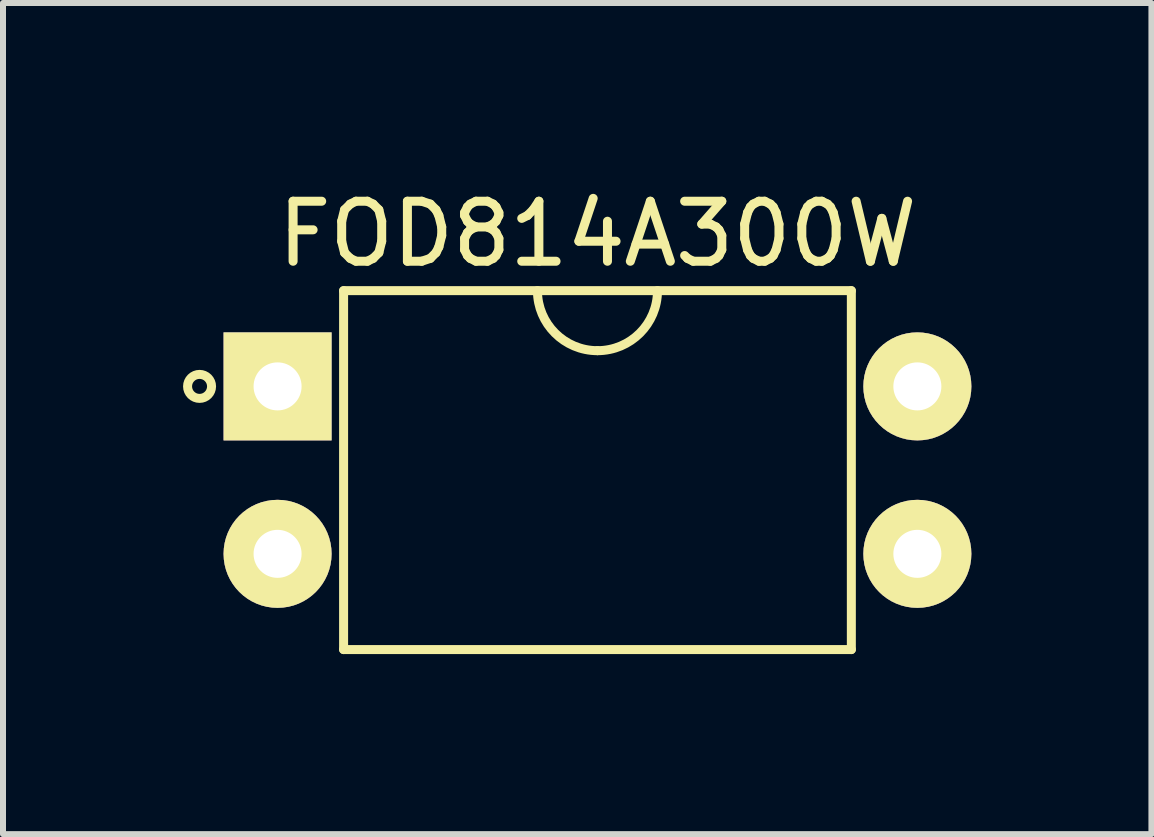
<source format=kicad_pcb>
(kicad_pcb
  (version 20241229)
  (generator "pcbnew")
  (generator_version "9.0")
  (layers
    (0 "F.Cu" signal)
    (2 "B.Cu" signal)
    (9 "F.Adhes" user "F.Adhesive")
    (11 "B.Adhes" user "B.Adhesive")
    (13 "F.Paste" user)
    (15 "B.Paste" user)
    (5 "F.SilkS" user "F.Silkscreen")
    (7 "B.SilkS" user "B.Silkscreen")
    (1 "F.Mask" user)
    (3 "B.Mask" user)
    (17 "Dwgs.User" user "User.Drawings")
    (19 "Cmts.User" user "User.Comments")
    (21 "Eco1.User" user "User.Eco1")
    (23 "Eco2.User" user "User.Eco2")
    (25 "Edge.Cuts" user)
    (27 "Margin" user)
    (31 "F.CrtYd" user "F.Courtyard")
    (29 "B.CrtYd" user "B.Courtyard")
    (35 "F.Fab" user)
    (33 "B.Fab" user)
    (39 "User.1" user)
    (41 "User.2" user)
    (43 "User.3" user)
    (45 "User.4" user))
  (footprint "FOD814A300W"
    (layer "F.Cu")
    (at 1.575 3.388)
    (property "Reference" "FOD814A300W" (at 5.33 -2.54 0) (layer "F.SilkS") (effects (font (size 1 1) (thickness 0.15))))
    (attr through_hole)
    (fp_line (start 1.1 -1.595) (end 9.56 -1.595) (stroke (width 0.15) (type solid)) (layer "F.SilkS"))
    (fp_line (start 1.1 4.385) (end 1.1 -1.595) (stroke (width 0.15) (type solid)) (layer "F.SilkS"))
    (fp_line (start 9.56 -1.595) (end 9.56 4.385) (stroke (width 0.15) (type solid)) (layer "F.SilkS"))
    (fp_line (start 9.56 4.385) (end 1.1 4.385) (stroke (width 0.15) (type solid)) (layer "F.SilkS"))
    (fp_arc (start 5.33 -0.595) (mid 4.622893 -0.887893) (end 4.33 -1.595) (stroke (width 0.15) (type solid)) (layer "F.SilkS"))
    (fp_arc (start 6.33 -1.595) (mid 6.037107 -0.887893) (end 5.33 -0.595) (stroke (width 0.15) (type solid)) (layer "F.SilkS"))
    (fp_circle (center -1.3 0) (end -1.3 0.2) (stroke (width 0.15) (type solid)) (fill no) (layer "F.SilkS"))
    (pad "1" thru_hole rect (at 0 0) (size 1.8 1.8) (drill 0.8) (layers "*.Cu" "*.Mask" "F.SilkS"))
    (pad "2" thru_hole circle (at 0 2.79) (size 1.8 1.8) (drill 0.8) (layers "*.Cu" "*.Mask" "F.SilkS"))
    (pad "3" thru_hole circle (at 10.66 2.79) (size 1.8 1.8) (drill 0.8) (layers "*.Cu" "*.Mask" "F.SilkS"))
    (pad "4" thru_hole circle (at 10.66 0) (size 1.8 1.8) (drill 0.8) (layers "*.Cu" "*.Mask" "F.SilkS")))
  (gr_rect
    (start -3 -3)
    (end 16.135 10.848)
    (stroke (width 0.1) (type default))
    (fill no)
    (layer "Edge.Cuts")))
</source>
